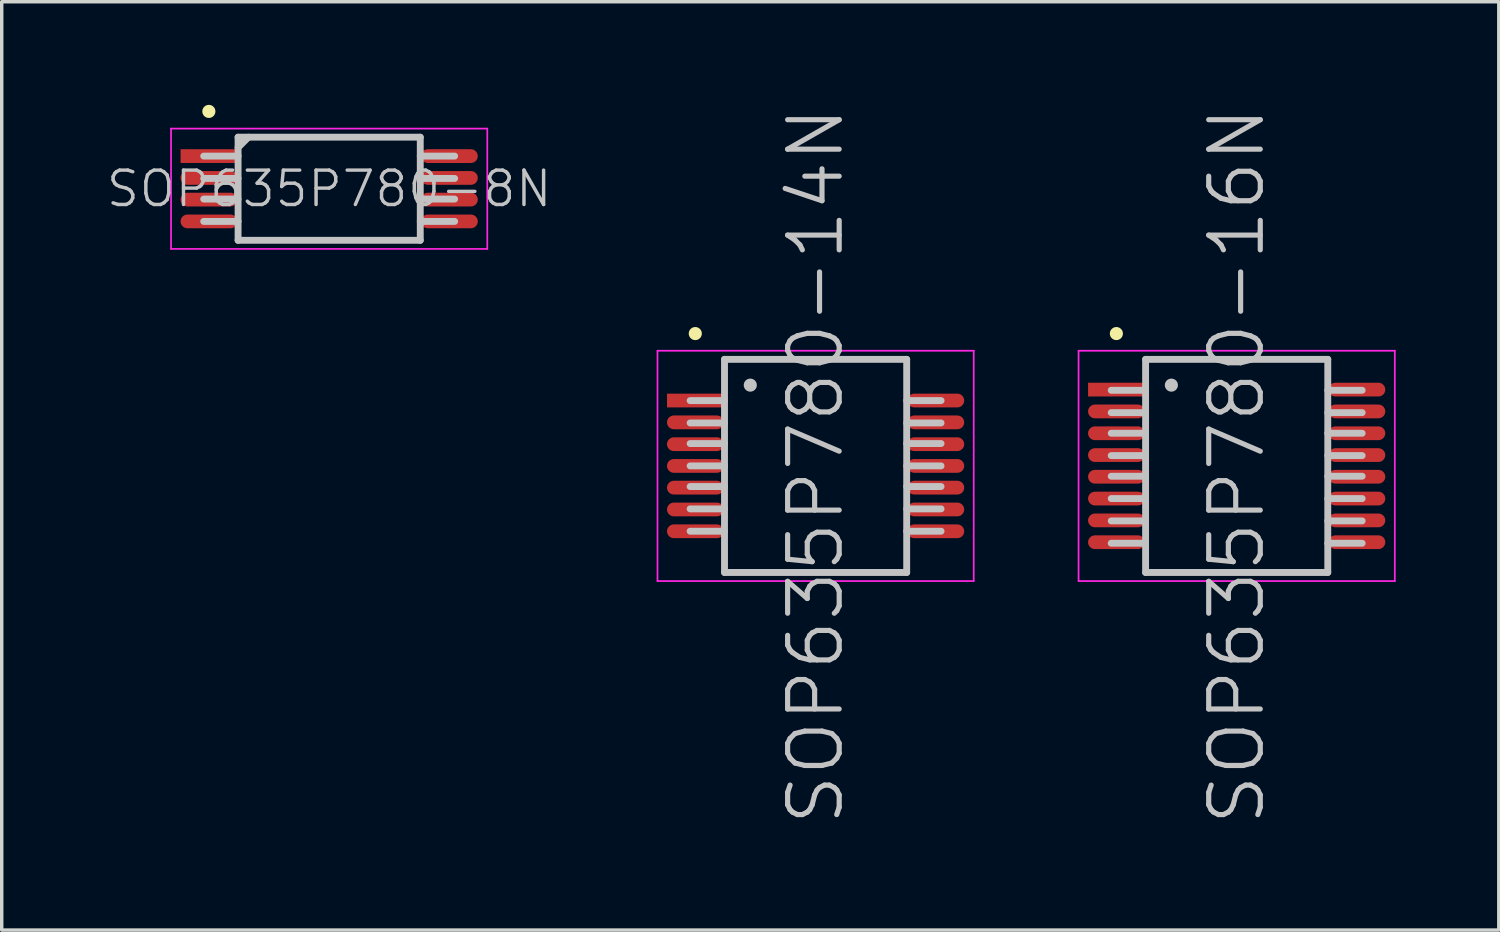
<source format=kicad_pcb>
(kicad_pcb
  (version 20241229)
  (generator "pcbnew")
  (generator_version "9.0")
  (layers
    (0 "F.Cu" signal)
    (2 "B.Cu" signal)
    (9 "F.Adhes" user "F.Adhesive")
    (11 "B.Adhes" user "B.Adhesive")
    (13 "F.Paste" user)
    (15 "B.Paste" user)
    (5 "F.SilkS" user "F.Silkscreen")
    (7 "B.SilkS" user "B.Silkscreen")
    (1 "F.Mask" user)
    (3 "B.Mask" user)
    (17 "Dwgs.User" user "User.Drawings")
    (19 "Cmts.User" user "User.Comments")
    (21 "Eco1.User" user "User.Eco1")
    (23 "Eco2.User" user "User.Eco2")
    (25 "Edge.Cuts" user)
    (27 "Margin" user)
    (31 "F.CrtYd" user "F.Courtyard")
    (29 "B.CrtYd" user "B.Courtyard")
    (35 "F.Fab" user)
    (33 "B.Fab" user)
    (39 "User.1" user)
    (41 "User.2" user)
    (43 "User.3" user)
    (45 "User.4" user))
  (footprint "SOP635P780-16N"
    (layer "F.Cu")
    (at 32.927 10.504)
    (property "Reference" "SOP635P780-16N" (at 0 0 90) (layer "Dwgs.User") (effects (font (size 1.5 1.5) (thickness 0.15))))
    (attr smd)
    (fp_line (start -3.5 -3.85) (end -3.5 -3.85) (stroke (width 0.381) (type solid)) (layer "F.SilkS"))
    (fp_line (start -2.65 -3.1) (end -2.65 3.1) (stroke (width 0.2) (type solid)) (layer "Dwgs.User"))
    (fp_line (start -2.65 -3.1) (end 2.65 -3.1) (stroke (width 0.2) (type solid)) (layer "Dwgs.User"))
    (fp_line (start -2.65 -2.2) (end -3.65 -2.2) (stroke (width 0.2) (type solid)) (layer "Dwgs.User"))
    (fp_line (start -2.65 -1.55) (end -3.65 -1.55) (stroke (width 0.2) (type solid)) (layer "Dwgs.User"))
    (fp_line (start -2.65 -0.95) (end -3.65 -0.95) (stroke (width 0.2) (type solid)) (layer "Dwgs.User"))
    (fp_line (start -2.65 -0.3) (end -3.65 -0.3) (stroke (width 0.2) (type solid)) (layer "Dwgs.User"))
    (fp_line (start -2.65 0.3) (end -3.65 0.3) (stroke (width 0.2) (type solid)) (layer "Dwgs.User"))
    (fp_line (start -2.65 0.95) (end -3.65 0.95) (stroke (width 0.2) (type solid)) (layer "Dwgs.User"))
    (fp_line (start -2.65 1.6) (end -3.65 1.6) (stroke (width 0.2) (type solid)) (layer "Dwgs.User"))
    (fp_line (start -2.65 2.25) (end -3.65 2.25) (stroke (width 0.2) (type solid)) (layer "Dwgs.User"))
    (fp_line (start -2.65 3.1) (end 2.65 3.1) (stroke (width 0.2) (type solid)) (layer "Dwgs.User"))
    (fp_line (start -1.9 -2.35) (end -1.9 -2.35) (stroke (width 0.381) (type solid)) (layer "Dwgs.User"))
    (fp_line (start 2.65 -3.1) (end 2.65 3.1) (stroke (width 0.2) (type solid)) (layer "Dwgs.User"))
    (fp_line (start 3.65 -2.2) (end 2.65 -2.2) (stroke (width 0.2) (type solid)) (layer "Dwgs.User"))
    (fp_line (start 3.65 -1.55) (end 2.65 -1.55) (stroke (width 0.2) (type solid)) (layer "Dwgs.User"))
    (fp_line (start 3.65 -0.95) (end 2.65 -0.95) (stroke (width 0.2) (type solid)) (layer "Dwgs.User"))
    (fp_line (start 3.65 -0.3) (end 2.65 -0.3) (stroke (width 0.2) (type solid)) (layer "Dwgs.User"))
    (fp_line (start 3.65 0.3) (end 2.65 0.3) (stroke (width 0.2) (type solid)) (layer "Dwgs.User"))
    (fp_line (start 3.65 0.95) (end 2.65 0.95) (stroke (width 0.2) (type solid)) (layer "Dwgs.User"))
    (fp_line (start 3.65 1.6) (end 2.65 1.6) (stroke (width 0.2) (type solid)) (layer "Dwgs.User"))
    (fp_line (start 3.65 2.25) (end 2.65 2.25) (stroke (width 0.2) (type solid)) (layer "Dwgs.User"))
    (fp_line (start -4.6 -3.35) (end -4.6 3.35) (stroke (width 0.05) (type solid)) (layer "F.CrtYd"))
    (fp_line (start -4.6 -3.35) (end 4.6 -3.35) (stroke (width 0.05) (type solid)) (layer "F.CrtYd"))
    (fp_line (start -4.6 3.35) (end 4.6 3.35) (stroke (width 0.05) (type solid)) (layer "F.CrtYd"))
    (fp_line (start 4.6 -3.35) (end 4.6 3.35) (stroke (width 0.05) (type solid)) (layer "F.CrtYd"))
    (pad "1" smd rect (at -3.498 -2.22 90) (size 0.4 1.65) (layers "F.Cu" "F.Mask" "F.Paste"))
    (pad "2" smd oval (at -3.498 -1.585 90) (size 0.4 1.65) (layers "F.Cu" "F.Mask" "F.Paste"))
    (pad "3" smd oval (at -3.498 -0.95 90) (size 0.4 1.65) (layers "F.Cu" "F.Mask" "F.Paste"))
    (pad "4" smd oval (at -3.498 -0.315 90) (size 0.4 1.65) (layers "F.Cu" "F.Mask" "F.Paste"))
    (pad "5" smd oval (at -3.498 0.315 90) (size 0.4 1.65) (layers "F.Cu" "F.Mask" "F.Paste"))
    (pad "6" smd oval (at -3.498 0.95 90) (size 0.4 1.65) (layers "F.Cu" "F.Mask" "F.Paste"))
    (pad "7" smd oval (at -3.498 1.585 90) (size 0.4 1.65) (layers "F.Cu" "F.Mask" "F.Paste"))
    (pad "8" smd oval (at -3.498 2.22 90) (size 0.4 1.65) (layers "F.Cu" "F.Mask" "F.Paste"))
    (pad "9" smd oval (at 3.498 2.22 270) (size 0.4 1.65) (layers "F.Cu" "F.Mask" "F.Paste"))
    (pad "10" smd oval (at 3.498 1.585 270) (size 0.4 1.65) (layers "F.Cu" "F.Mask" "F.Paste"))
    (pad "11" smd oval (at 3.498 0.95 270) (size 0.4 1.65) (layers "F.Cu" "F.Mask" "F.Paste"))
    (pad "12" smd oval (at 3.498 0.315 270) (size 0.4 1.65) (layers "F.Cu" "F.Mask" "F.Paste"))
    (pad "13" smd oval (at 3.498 -0.315 270) (size 0.4 1.65) (layers "F.Cu" "F.Mask" "F.Paste"))
    (pad "14" smd oval (at 3.498 -0.95 270) (size 0.4 1.65) (layers "F.Cu" "F.Mask" "F.Paste"))
    (pad "15" smd oval (at 3.498 -1.585 270) (size 0.4 1.65) (layers "F.Cu" "F.Mask" "F.Paste"))
    (pad "16" smd oval (at 3.498 -2.22 270) (size 0.4 1.65) (layers "F.Cu" "F.Mask" "F.Paste")))
  (footprint "SOP635P780-8N"
    (layer "F.Cu")
    (at 6.526 2.441)
    (property "Reference" "SOP635P780-8N" (at 0 0 0) (layer "Dwgs.User") (effects (font (size 1 1) (thickness 0.1))))
    (attr smd)
    (fp_line (start -3.5 -2.25) (end -3.5 -2.25) (stroke (width 0.381) (type solid)) (layer "F.SilkS"))
    (fp_line (start -2.65 -1.5) (end -2.65 1.5) (stroke (width 0.2) (type solid)) (layer "Dwgs.User"))
    (fp_line (start -2.65 -1.5) (end 2.65 -1.5) (stroke (width 0.2) (type solid)) (layer "Dwgs.User"))
    (fp_line (start -2.65 -1.2) (end -2.35 -1.5) (stroke (width 0.2) (type solid)) (layer "Dwgs.User"))
    (fp_line (start -2.65 -0.95) (end -3.65 -0.95) (stroke (width 0.2) (type solid)) (layer "Dwgs.User"))
    (fp_line (start -2.65 -0.3) (end -3.65 -0.3) (stroke (width 0.2) (type solid)) (layer "Dwgs.User"))
    (fp_line (start -2.65 0.3) (end -3.65 0.3) (stroke (width 0.2) (type solid)) (layer "Dwgs.User"))
    (fp_line (start -2.65 0.95) (end -3.65 0.95) (stroke (width 0.2) (type solid)) (layer "Dwgs.User"))
    (fp_line (start -2.65 1.5) (end 2.65 1.5) (stroke (width 0.2) (type solid)) (layer "Dwgs.User"))
    (fp_line (start 2.65 -1.5) (end 2.65 1.5) (stroke (width 0.2) (type solid)) (layer "Dwgs.User"))
    (fp_line (start 3.65 -0.95) (end 2.65 -0.95) (stroke (width 0.2) (type solid)) (layer "Dwgs.User"))
    (fp_line (start 3.65 -0.3) (end 2.65 -0.3) (stroke (width 0.2) (type solid)) (layer "Dwgs.User"))
    (fp_line (start 3.65 0.3) (end 2.65 0.3) (stroke (width 0.2) (type solid)) (layer "Dwgs.User"))
    (fp_line (start 3.65 0.95) (end 2.65 0.95) (stroke (width 0.2) (type solid)) (layer "Dwgs.User"))
    (fp_line (start -4.6 -1.75) (end -4.6 1.75) (stroke (width 0.05) (type solid)) (layer "F.CrtYd"))
    (fp_line (start -4.6 -1.75) (end 4.6 -1.75) (stroke (width 0.05) (type solid)) (layer "F.CrtYd"))
    (fp_line (start -4.6 1.75) (end 4.6 1.75) (stroke (width 0.05) (type solid)) (layer "F.CrtYd"))
    (fp_line (start 4.6 -1.75) (end 4.6 1.75) (stroke (width 0.05) (type solid)) (layer "F.CrtYd"))
    (pad "1" smd rect (at -3.498 -0.95 90) (size 0.4 1.65) (layers "F.Cu" "F.Mask" "F.Paste"))
    (pad "2" smd oval (at -3.498 -0.315 90) (size 0.4 1.65) (layers "F.Cu" "F.Mask" "F.Paste"))
    (pad "3" smd oval (at -3.498 0.315 90) (size 0.4 1.65) (layers "F.Cu" "F.Mask" "F.Paste"))
    (pad "4" smd oval (at -3.498 0.95 90) (size 0.4 1.65) (layers "F.Cu" "F.Mask" "F.Paste"))
    (pad "5" smd oval (at 3.498 0.95 270) (size 0.4 1.65) (layers "F.Cu" "F.Mask" "F.Paste"))
    (pad "6" smd oval (at 3.498 0.315 270) (size 0.4 1.65) (layers "F.Cu" "F.Mask" "F.Paste"))
    (pad "7" smd oval (at 3.498 -0.315 270) (size 0.4 1.65) (layers "F.Cu" "F.Mask" "F.Paste"))
    (pad "8" smd oval (at 3.498 -0.95 270) (size 0.4 1.65) (layers "F.Cu" "F.Mask" "F.Paste")))
  (footprint "SOP635P780-14N"
    (layer "F.Cu")
    (at 20.677 10.504)
    (property "Reference" "SOP635P780-14N" (at 0 0 90) (layer "Dwgs.User") (effects (font (size 1.5 1.5) (thickness 0.15))))
    (attr smd)
    (fp_line (start -3.5 -3.85) (end -3.5 -3.85) (stroke (width 0.381) (type solid)) (layer "F.SilkS"))
    (fp_line (start -2.65 -3.1) (end -2.65 3.1) (stroke (width 0.2) (type solid)) (layer "Dwgs.User"))
    (fp_line (start -2.65 -3.1) (end 2.65 -3.1) (stroke (width 0.2) (type solid)) (layer "Dwgs.User"))
    (fp_line (start -2.65 -1.9) (end -3.65 -1.9) (stroke (width 0.2) (type solid)) (layer "Dwgs.User"))
    (fp_line (start -2.65 -1.25) (end -3.65 -1.25) (stroke (width 0.2) (type solid)) (layer "Dwgs.User"))
    (fp_line (start -2.65 -0.65) (end -3.65 -0.65) (stroke (width 0.2) (type solid)) (layer "Dwgs.User"))
    (fp_line (start -2.65 0) (end -3.65 0) (stroke (width 0.2) (type solid)) (layer "Dwgs.User"))
    (fp_line (start -2.65 0.6) (end -3.65 0.6) (stroke (width 0.2) (type solid)) (layer "Dwgs.User"))
    (fp_line (start -2.65 1.25) (end -3.65 1.25) (stroke (width 0.2) (type solid)) (layer "Dwgs.User"))
    (fp_line (start -2.65 1.9) (end -3.65 1.9) (stroke (width 0.2) (type solid)) (layer "Dwgs.User"))
    (fp_line (start -2.65 3.1) (end 2.65 3.1) (stroke (width 0.2) (type solid)) (layer "Dwgs.User"))
    (fp_line (start -1.9 -2.35) (end -1.9 -2.35) (stroke (width 0.381) (type solid)) (layer "Dwgs.User"))
    (fp_line (start 2.65 -3.1) (end 2.65 3.1) (stroke (width 0.2) (type solid)) (layer "Dwgs.User"))
    (fp_line (start 3.65 -1.9) (end 2.65 -1.9) (stroke (width 0.2) (type solid)) (layer "Dwgs.User"))
    (fp_line (start 3.65 -1.25) (end 2.65 -1.25) (stroke (width 0.2) (type solid)) (layer "Dwgs.User"))
    (fp_line (start 3.65 -0.65) (end 2.65 -0.65) (stroke (width 0.2) (type solid)) (layer "Dwgs.User"))
    (fp_line (start 3.65 0) (end 2.65 0) (stroke (width 0.2) (type solid)) (layer "Dwgs.User"))
    (fp_line (start 3.65 0.6) (end 2.65 0.6) (stroke (width 0.2) (type solid)) (layer "Dwgs.User"))
    (fp_line (start 3.65 1.25) (end 2.65 1.25) (stroke (width 0.2) (type solid)) (layer "Dwgs.User"))
    (fp_line (start 3.65 1.9) (end 2.65 1.9) (stroke (width 0.2) (type solid)) (layer "Dwgs.User"))
    (fp_line (start -4.6 -3.35) (end -4.6 3.35) (stroke (width 0.05) (type solid)) (layer "F.CrtYd"))
    (fp_line (start -4.6 -3.35) (end 4.6 -3.35) (stroke (width 0.05) (type solid)) (layer "F.CrtYd"))
    (fp_line (start -4.6 3.35) (end 4.6 3.35) (stroke (width 0.05) (type solid)) (layer "F.CrtYd"))
    (fp_line (start 4.6 -3.35) (end 4.6 3.35) (stroke (width 0.05) (type solid)) (layer "F.CrtYd"))
    (pad "1" smd rect (at -3.498 -1.902 90) (size 0.4 1.65) (layers "F.Cu" "F.Mask" "F.Paste"))
    (pad "2" smd oval (at -3.498 -1.267 90) (size 0.4 1.65) (layers "F.Cu" "F.Mask" "F.Paste"))
    (pad "3" smd oval (at -3.498 -0.632 90) (size 0.4 1.65) (layers "F.Cu" "F.Mask" "F.Paste"))
    (pad "4" smd oval (at -3.498 0 90) (size 0.4 1.65) (layers "F.Cu" "F.Mask" "F.Paste"))
    (pad "5" smd oval (at -3.498 0.632 90) (size 0.4 1.65) (layers "F.Cu" "F.Mask" "F.Paste"))
    (pad "6" smd oval (at -3.498 1.267 90) (size 0.4 1.65) (layers "F.Cu" "F.Mask" "F.Paste"))
    (pad "7" smd oval (at -3.498 1.902 90) (size 0.4 1.65) (layers "F.Cu" "F.Mask" "F.Paste"))
    (pad "8" smd oval (at 3.498 1.902 270) (size 0.4 1.65) (layers "F.Cu" "F.Mask" "F.Paste"))
    (pad "9" smd oval (at 3.498 1.267 270) (size 0.4 1.65) (layers "F.Cu" "F.Mask" "F.Paste"))
    (pad "10" smd oval (at 3.498 0.632 270) (size 0.4 1.65) (layers "F.Cu" "F.Mask" "F.Paste"))
    (pad "11" smd oval (at 3.498 0 270) (size 0.4 1.65) (layers "F.Cu" "F.Mask" "F.Paste"))
    (pad "12" smd oval (at 3.498 -0.632 270) (size 0.4 1.65) (layers "F.Cu" "F.Mask" "F.Paste"))
    (pad "13" smd oval (at 3.498 -1.267 270) (size 0.4 1.65) (layers "F.Cu" "F.Mask" "F.Paste"))
    (pad "14" smd oval (at 3.498 -1.902 270) (size 0.4 1.65) (layers "F.Cu" "F.Mask" "F.Paste")))
  (gr_rect
    (start -3 -3)
    (end 40.552 24.007)
    (stroke (width 0.1) (type default))
    (fill no)
    (layer "Edge.Cuts")))
</source>
